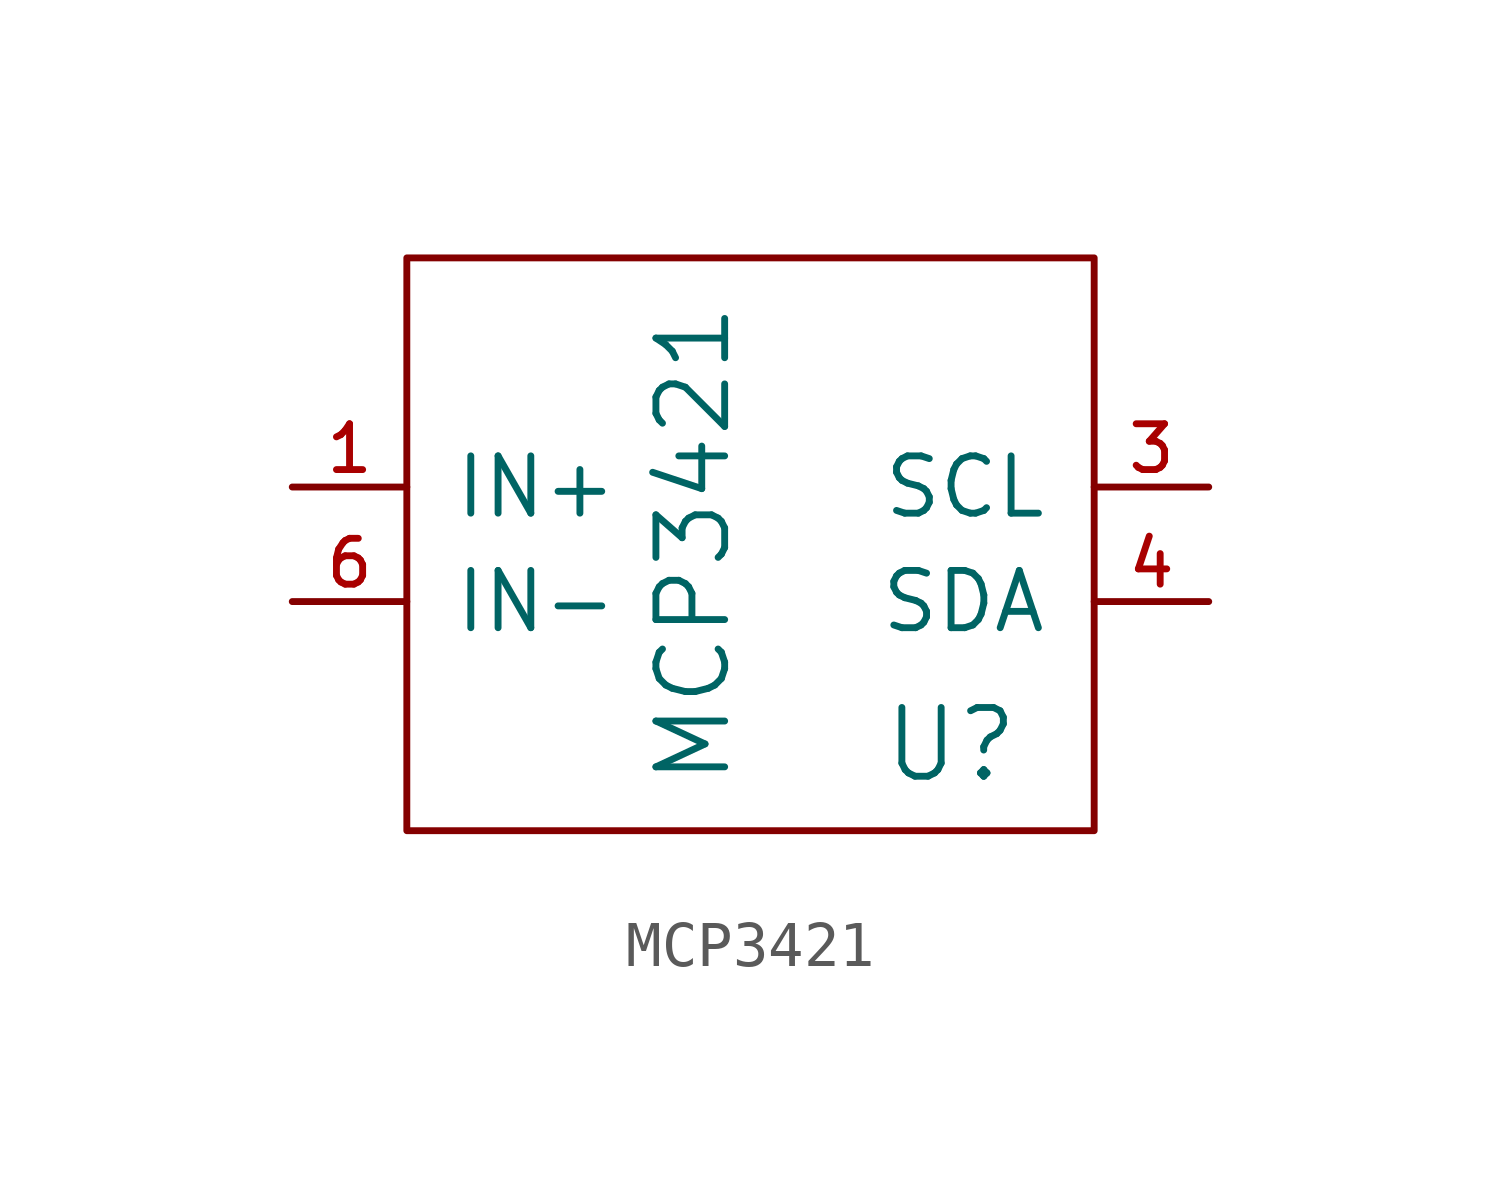
<source format=kicad_sym>
(kicad_symbol_lib
  (version 20231120)
  (generator "kicad_symbol_editor")
  (generator_version "8.0")
  (symbol "MCP3421"
    (pin_names
      (offset 1.016))
    (property "Reference" "U"
      (at 4.445 -4.445 0)
      (effects (font (size 1.524 1.524))))
    (property "Value" "MCP3421"
      (at -1.27 0 90)
      (effects (font (size 1.524 1.524))))
    (property "Footprint" ""
      (at 0 0 0)
      (effects (font (size 1.524 1.524))))
    (property "Datasheet" ""
      (at 0 0 0)
      (effects (font (size 1.524 1.524))))
    (symbol "MCP3421_0_0"
      (pin passive line (at -10.16 1.27 0) (length 2.54) (name "IN+" (effects (font (size 1.27 1.27)))) (number "1" (effects (font (size 1.016 1.016)))))
      (pin power_in line (at 0 -6.35 90) (length 0) hide (name "GND" (effects (font (size 1.016 1.016)))) (number "2" (effects (font (size 1.016 1.016)))))
      (pin passive line (at 10.16 1.27 180) (length 2.54) (name "SCL" (effects (font (size 1.27 1.27)))) (number "3" (effects (font (size 1.016 1.016)))))
      (pin passive line (at 10.16 -1.27 180) (length 2.54) (name "SDA" (effects (font (size 1.27 1.27)))) (number "4" (effects (font (size 1.016 1.016)))))
      (pin power_in line (at 0 6.35 270) (length 0) hide (name "Vcc" (effects (font (size 1.016 1.016)))) (number "5" (effects (font (size 1.016 1.016)))))
      (pin passive line (at -10.16 -1.27 0) (length 2.54) (name "IN-" (effects (font (size 1.27 1.27)))) (number "6" (effects (font (size 1.016 1.016))))))
    (symbol "MCP3421_0_1"
      (rectangle (start -7.62 6.35) (end 7.62 -6.35) (stroke (width 0) (type default)) (fill (type none))))))
</source>
